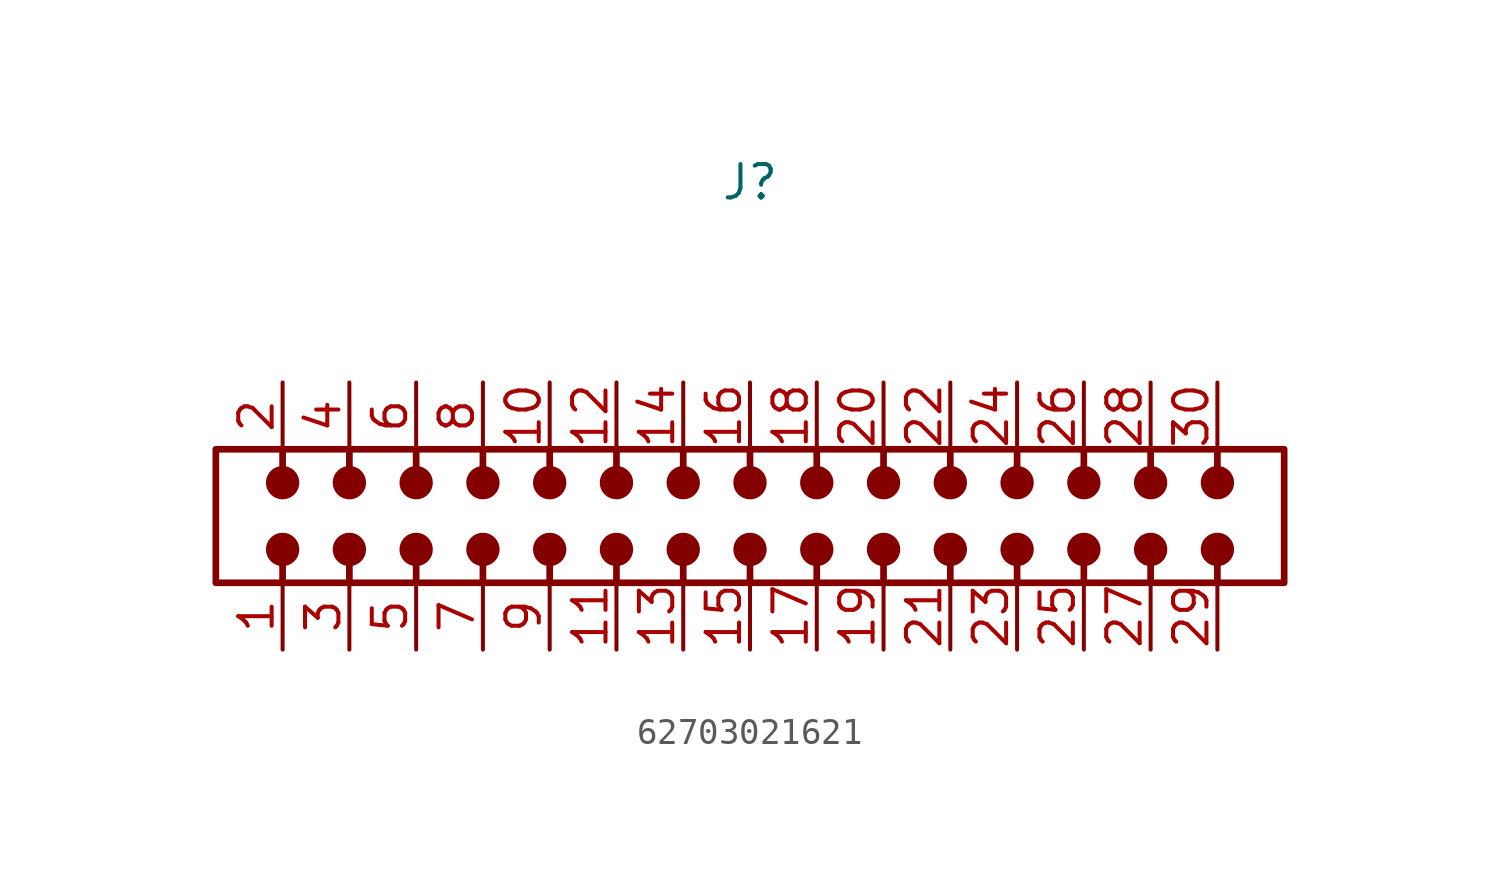
<source format=kicad_sym>
(kicad_symbol_lib
  (version 20241209)
  (generator "kicad_symbol_editor")
  (generator_version "9.0")
  (symbol "62703021621"
    (pin_names
      (hide yes))
    (property "Reference" "J"
      (at 0 12.7 0)
      (effects (font (size 1.27 1.27))))
    (symbol "62703021621_1_1"
      (polyline (pts (xy -17.78 1.778) (xy -17.78 2.54)) (stroke (width 0.254) (type solid)) (fill (type none)))
      (circle (center -17.78 1.27) (radius 0.508) (stroke (width 0.254) (type solid)) (fill (type outline)))
      (circle (center -17.78 -1.27) (radius 0.508) (stroke (width 0.254) (type solid)) (fill (type outline)))
      (polyline (pts (xy -17.78 -1.778) (xy -17.78 -2.54)) (stroke (width 0.254) (type solid)) (fill (type none)))
      (polyline (pts (xy -15.24 1.778) (xy -15.24 2.54)) (stroke (width 0.254) (type solid)) (fill (type none)))
      (circle (center -15.24 1.27) (radius 0.508) (stroke (width 0.254) (type solid)) (fill (type outline)))
      (circle (center -15.24 -1.27) (radius 0.508) (stroke (width 0.254) (type solid)) (fill (type outline)))
      (polyline (pts (xy -15.24 -1.778) (xy -15.24 -2.54)) (stroke (width 0.254) (type solid)) (fill (type none)))
      (polyline (pts (xy -12.7 1.778) (xy -12.7 2.54)) (stroke (width 0.254) (type solid)) (fill (type none)))
      (circle (center -12.7 1.27) (radius 0.508) (stroke (width 0.254) (type solid)) (fill (type outline)))
      (circle (center -12.7 -1.27) (radius 0.508) (stroke (width 0.254) (type solid)) (fill (type outline)))
      (polyline (pts (xy -12.7 -1.778) (xy -12.7 -2.54)) (stroke (width 0.254) (type solid)) (fill (type none)))
      (polyline (pts (xy -10.16 1.778) (xy -10.16 2.54)) (stroke (width 0.254) (type solid)) (fill (type none)))
      (circle (center -10.16 1.27) (radius 0.508) (stroke (width 0.254) (type solid)) (fill (type outline)))
      (circle (center -10.16 -1.27) (radius 0.508) (stroke (width 0.254) (type solid)) (fill (type outline)))
      (polyline (pts (xy -10.16 -1.778) (xy -10.16 -2.54)) (stroke (width 0.254) (type solid)) (fill (type none)))
      (polyline (pts (xy -7.62 1.778) (xy -7.62 2.54)) (stroke (width 0.254) (type solid)) (fill (type none)))
      (circle (center -7.62 1.27) (radius 0.508) (stroke (width 0.254) (type solid)) (fill (type outline)))
      (circle (center -7.62 -1.27) (radius 0.508) (stroke (width 0.254) (type solid)) (fill (type outline)))
      (polyline (pts (xy -7.62 -1.778) (xy -7.62 -2.54)) (stroke (width 0.254) (type solid)) (fill (type none)))
      (polyline (pts (xy -5.08 1.778) (xy -5.08 2.54)) (stroke (width 0.254) (type solid)) (fill (type none)))
      (circle (center -5.08 1.27) (radius 0.508) (stroke (width 0.254) (type solid)) (fill (type outline)))
      (circle (center -5.08 -1.27) (radius 0.508) (stroke (width 0.254) (type solid)) (fill (type outline)))
      (polyline (pts (xy -5.08 -1.778) (xy -5.08 -2.54)) (stroke (width 0.254) (type solid)) (fill (type none)))
      (polyline (pts (xy -2.54 1.778) (xy -2.54 2.54)) (stroke (width 0.254) (type solid)) (fill (type none)))
      (circle (center -2.54 1.27) (radius 0.508) (stroke (width 0.254) (type solid)) (fill (type outline)))
      (circle (center -2.54 -1.27) (radius 0.508) (stroke (width 0.254) (type solid)) (fill (type outline)))
      (polyline (pts (xy -2.54 -1.778) (xy -2.54 -2.54)) (stroke (width 0.254) (type solid)) (fill (type none)))
      (polyline (pts (xy 0 1.778) (xy 0 2.54)) (stroke (width 0.254) (type solid)) (fill (type none)))
      (circle (center 0 1.27) (radius 0.508) (stroke (width 0.254) (type solid)) (fill (type outline)))
      (circle (center 0 -1.27) (radius 0.508) (stroke (width 0.254) (type solid)) (fill (type outline)))
      (polyline (pts (xy 0 -1.778) (xy 0 -2.54)) (stroke (width 0.254) (type solid)) (fill (type none)))
      (polyline (pts (xy 2.54 1.778) (xy 2.54 2.54)) (stroke (width 0.254) (type solid)) (fill (type none)))
      (circle (center 2.54 1.27) (radius 0.508) (stroke (width 0.254) (type solid)) (fill (type outline)))
      (circle (center 2.54 -1.27) (radius 0.508) (stroke (width 0.254) (type solid)) (fill (type outline)))
      (polyline (pts (xy 2.54 -1.778) (xy 2.54 -2.54)) (stroke (width 0.254) (type solid)) (fill (type none)))
      (polyline (pts (xy 5.08 1.778) (xy 5.08 2.54)) (stroke (width 0.254) (type solid)) (fill (type none)))
      (circle (center 5.08 1.27) (radius 0.508) (stroke (width 0.254) (type solid)) (fill (type outline)))
      (circle (center 5.08 -1.27) (radius 0.508) (stroke (width 0.254) (type solid)) (fill (type outline)))
      (polyline (pts (xy 5.08 -1.778) (xy 5.08 -2.54)) (stroke (width 0.254) (type solid)) (fill (type none)))
      (polyline (pts (xy 7.62 1.778) (xy 7.62 2.54)) (stroke (width 0.254) (type solid)) (fill (type none)))
      (circle (center 7.62 1.27) (radius 0.508) (stroke (width 0.254) (type solid)) (fill (type outline)))
      (circle (center 7.62 -1.27) (radius 0.508) (stroke (width 0.254) (type solid)) (fill (type outline)))
      (polyline (pts (xy 7.62 -1.778) (xy 7.62 -2.54)) (stroke (width 0.254) (type solid)) (fill (type none)))
      (polyline (pts (xy 10.16 1.778) (xy 10.16 2.54)) (stroke (width 0.254) (type solid)) (fill (type none)))
      (circle (center 10.16 1.27) (radius 0.508) (stroke (width 0.254) (type solid)) (fill (type outline)))
      (circle (center 10.16 -1.27) (radius 0.508) (stroke (width 0.254) (type solid)) (fill (type outline)))
      (polyline (pts (xy 10.16 -1.778) (xy 10.16 -2.54)) (stroke (width 0.254) (type solid)) (fill (type none)))
      (polyline (pts (xy 12.7 1.778) (xy 12.7 2.54)) (stroke (width 0.254) (type solid)) (fill (type none)))
      (circle (center 12.7 1.27) (radius 0.508) (stroke (width 0.254) (type solid)) (fill (type outline)))
      (circle (center 12.7 -1.27) (radius 0.508) (stroke (width 0.254) (type solid)) (fill (type outline)))
      (polyline (pts (xy 12.7 -1.778) (xy 12.7 -2.54)) (stroke (width 0.254) (type solid)) (fill (type none)))
      (polyline (pts (xy 15.24 1.778) (xy 15.24 2.54)) (stroke (width 0.254) (type solid)) (fill (type none)))
      (circle (center 15.24 1.27) (radius 0.508) (stroke (width 0.254) (type solid)) (fill (type outline)))
      (circle (center 15.24 -1.27) (radius 0.508) (stroke (width 0.254) (type solid)) (fill (type outline)))
      (polyline (pts (xy 15.24 -1.778) (xy 15.24 -2.54)) (stroke (width 0.254) (type solid)) (fill (type none)))
      (polyline (pts (xy 17.78 1.778) (xy 17.78 2.54)) (stroke (width 0.254) (type solid)) (fill (type none)))
      (circle (center 17.78 1.27) (radius 0.508) (stroke (width 0.254) (type solid)) (fill (type outline)))
      (circle (center 17.78 -1.27) (radius 0.508) (stroke (width 0.254) (type solid)) (fill (type outline)))
      (polyline (pts (xy 17.78 -1.778) (xy 17.78 -2.54)) (stroke (width 0.254) (type solid)) (fill (type none)))
      (rectangle (start 20.32 -2.54) (end -20.32 2.54) (stroke (width 0.254) (type solid)) (fill (type none)))
      (pin passive line (at -17.78 5.08 270) (length 2.54) (name "2" (effects (font (size 1.27 1.27)))) (number "2" (effects (font (size 1.27 1.27)))))
      (pin passive line (at -17.78 -5.08 90) (length 2.54) (name "1" (effects (font (size 1.27 1.27)))) (number "1" (effects (font (size 1.27 1.27)))))
      (pin passive line (at -15.24 5.08 270) (length 2.54) (name "4" (effects (font (size 1.27 1.27)))) (number "4" (effects (font (size 1.27 1.27)))))
      (pin passive line (at -15.24 -5.08 90) (length 2.54) (name "3" (effects (font (size 1.27 1.27)))) (number "3" (effects (font (size 1.27 1.27)))))
      (pin passive line (at -12.7 5.08 270) (length 2.54) (name "6" (effects (font (size 1.27 1.27)))) (number "6" (effects (font (size 1.27 1.27)))))
      (pin passive line (at -12.7 -5.08 90) (length 2.54) (name "5" (effects (font (size 1.27 1.27)))) (number "5" (effects (font (size 1.27 1.27)))))
      (pin passive line (at -10.16 5.08 270) (length 2.54) (name "8" (effects (font (size 1.27 1.27)))) (number "8" (effects (font (size 1.27 1.27)))))
      (pin passive line (at -10.16 -5.08 90) (length 2.54) (name "7" (effects (font (size 1.27 1.27)))) (number "7" (effects (font (size 1.27 1.27)))))
      (pin passive line (at -7.62 5.08 270) (length 2.54) (name "10" (effects (font (size 1.27 1.27)))) (number "10" (effects (font (size 1.27 1.27)))))
      (pin passive line (at -7.62 -5.08 90) (length 2.54) (name "9" (effects (font (size 1.27 1.27)))) (number "9" (effects (font (size 1.27 1.27)))))
      (pin passive line (at -5.08 5.08 270) (length 2.54) (name "12" (effects (font (size 1.27 1.27)))) (number "12" (effects (font (size 1.27 1.27)))))
      (pin passive line (at -5.08 -5.08 90) (length 2.54) (name "11" (effects (font (size 1.27 1.27)))) (number "11" (effects (font (size 1.27 1.27)))))
      (pin passive line (at -2.54 5.08 270) (length 2.54) (name "14" (effects (font (size 1.27 1.27)))) (number "14" (effects (font (size 1.27 1.27)))))
      (pin passive line (at -2.54 -5.08 90) (length 2.54) (name "13" (effects (font (size 1.27 1.27)))) (number "13" (effects (font (size 1.27 1.27)))))
      (pin passive line (at 0 5.08 270) (length 2.54) (name "16" (effects (font (size 1.27 1.27)))) (number "16" (effects (font (size 1.27 1.27)))))
      (pin passive line (at 0 -5.08 90) (length 2.54) (name "15" (effects (font (size 1.27 1.27)))) (number "15" (effects (font (size 1.27 1.27)))))
      (pin passive line (at 2.54 5.08 270) (length 2.54) (name "18" (effects (font (size 1.27 1.27)))) (number "18" (effects (font (size 1.27 1.27)))))
      (pin passive line (at 2.54 -5.08 90) (length 2.54) (name "17" (effects (font (size 1.27 1.27)))) (number "17" (effects (font (size 1.27 1.27)))))
      (pin passive line (at 5.08 5.08 270) (length 2.54) (name "20" (effects (font (size 1.27 1.27)))) (number "20" (effects (font (size 1.27 1.27)))))
      (pin passive line (at 5.08 -5.08 90) (length 2.54) (name "19" (effects (font (size 1.27 1.27)))) (number "19" (effects (font (size 1.27 1.27)))))
      (pin passive line (at 7.62 5.08 270) (length 2.54) (name "22" (effects (font (size 1.27 1.27)))) (number "22" (effects (font (size 1.27 1.27)))))
      (pin passive line (at 7.62 -5.08 90) (length 2.54) (name "21" (effects (font (size 1.27 1.27)))) (number "21" (effects (font (size 1.27 1.27)))))
      (pin passive line (at 10.16 5.08 270) (length 2.54) (name "24" (effects (font (size 1.27 1.27)))) (number "24" (effects (font (size 1.27 1.27)))))
      (pin passive line (at 10.16 -5.08 90) (length 2.54) (name "23" (effects (font (size 1.27 1.27)))) (number "23" (effects (font (size 1.27 1.27)))))
      (pin passive line (at 12.7 5.08 270) (length 2.54) (name "26" (effects (font (size 1.27 1.27)))) (number "26" (effects (font (size 1.27 1.27)))))
      (pin passive line (at 12.7 -5.08 90) (length 2.54) (name "25" (effects (font (size 1.27 1.27)))) (number "25" (effects (font (size 1.27 1.27)))))
      (pin passive line (at 15.24 5.08 270) (length 2.54) (name "28" (effects (font (size 1.27 1.27)))) (number "28" (effects (font (size 1.27 1.27)))))
      (pin passive line (at 15.24 -5.08 90) (length 2.54) (name "27" (effects (font (size 1.27 1.27)))) (number "27" (effects (font (size 1.27 1.27)))))
      (pin passive line (at 17.78 5.08 270) (length 2.54) (name "30" (effects (font (size 1.27 1.27)))) (number "30" (effects (font (size 1.27 1.27)))))
      (pin passive line (at 17.78 -5.08 90) (length 2.54) (name "29" (effects (font (size 1.27 1.27)))) (number "29" (effects (font (size 1.27 1.27))))))))
</source>
